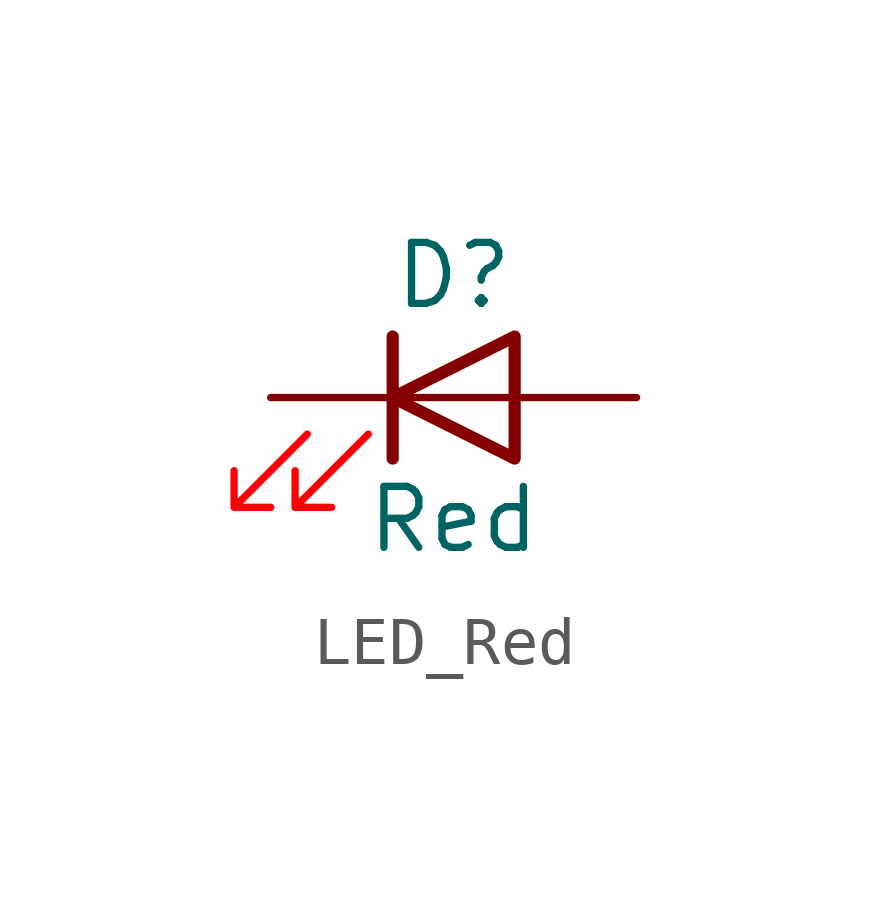
<source format=kicad_sym>
(kicad_symbol_lib
  (version 20241209)
  (generator "kicad_symbol_editor")
  (generator_version "9.0")
  (symbol "LED_Red"
    (pin_numbers
      (hide yes))
    (pin_names
      (offset 1.016)
      (hide yes))
    (property "Reference" "D"
      (at 0 2.54 0)
      (effects (font (size 1.27 1.27))))
    (property "Value" "Red"
      (at 0 -2.54 0)
      (effects (font (size 1.27 1.27))))
    (symbol "LED_Red_0_1"
      (polyline (pts (xy -1.27 0) (xy 1.27 0)) (stroke (width 0) (type default)) (fill (type none)))
      (polyline (pts (xy -1.27 -1.27) (xy -1.27 1.27)) (stroke (width 0.254) (type default)) (fill (type none)))
      (polyline (pts (xy 1.27 -1.27) (xy 1.27 1.27) (xy -1.27 0) (xy 1.27 -1.27)) (stroke (width 0.254) (type default)) (fill (type none))))
    (symbol "LED_Red_1_1"
      (polyline (pts (xy -3.048 -0.762) (xy -4.572 -2.286) (xy -3.81 -2.286) (xy -4.572 -2.286) (xy -4.572 -1.524)) (stroke (width 0) (type solid) (color 255 0 6 1)) (fill (type none)))
      (polyline (pts (xy -1.778 -0.762) (xy -3.302 -2.286) (xy -2.54 -2.286) (xy -3.302 -2.286) (xy -3.302 -1.524)) (stroke (width 0) (type solid) (color 255 0 6 1)) (fill (type none)))
      (pin passive line (at -3.81 0 0) (length 2.54) (name "K" (effects (font (size 1.27 1.27)))) (number "1" (effects (font (size 1.27 1.27)))))
      (pin passive line (at 3.81 0 180) (length 2.54) (name "A" (effects (font (size 1.27 1.27)))) (number "2" (effects (font (size 1.27 1.27))))))))
</source>
